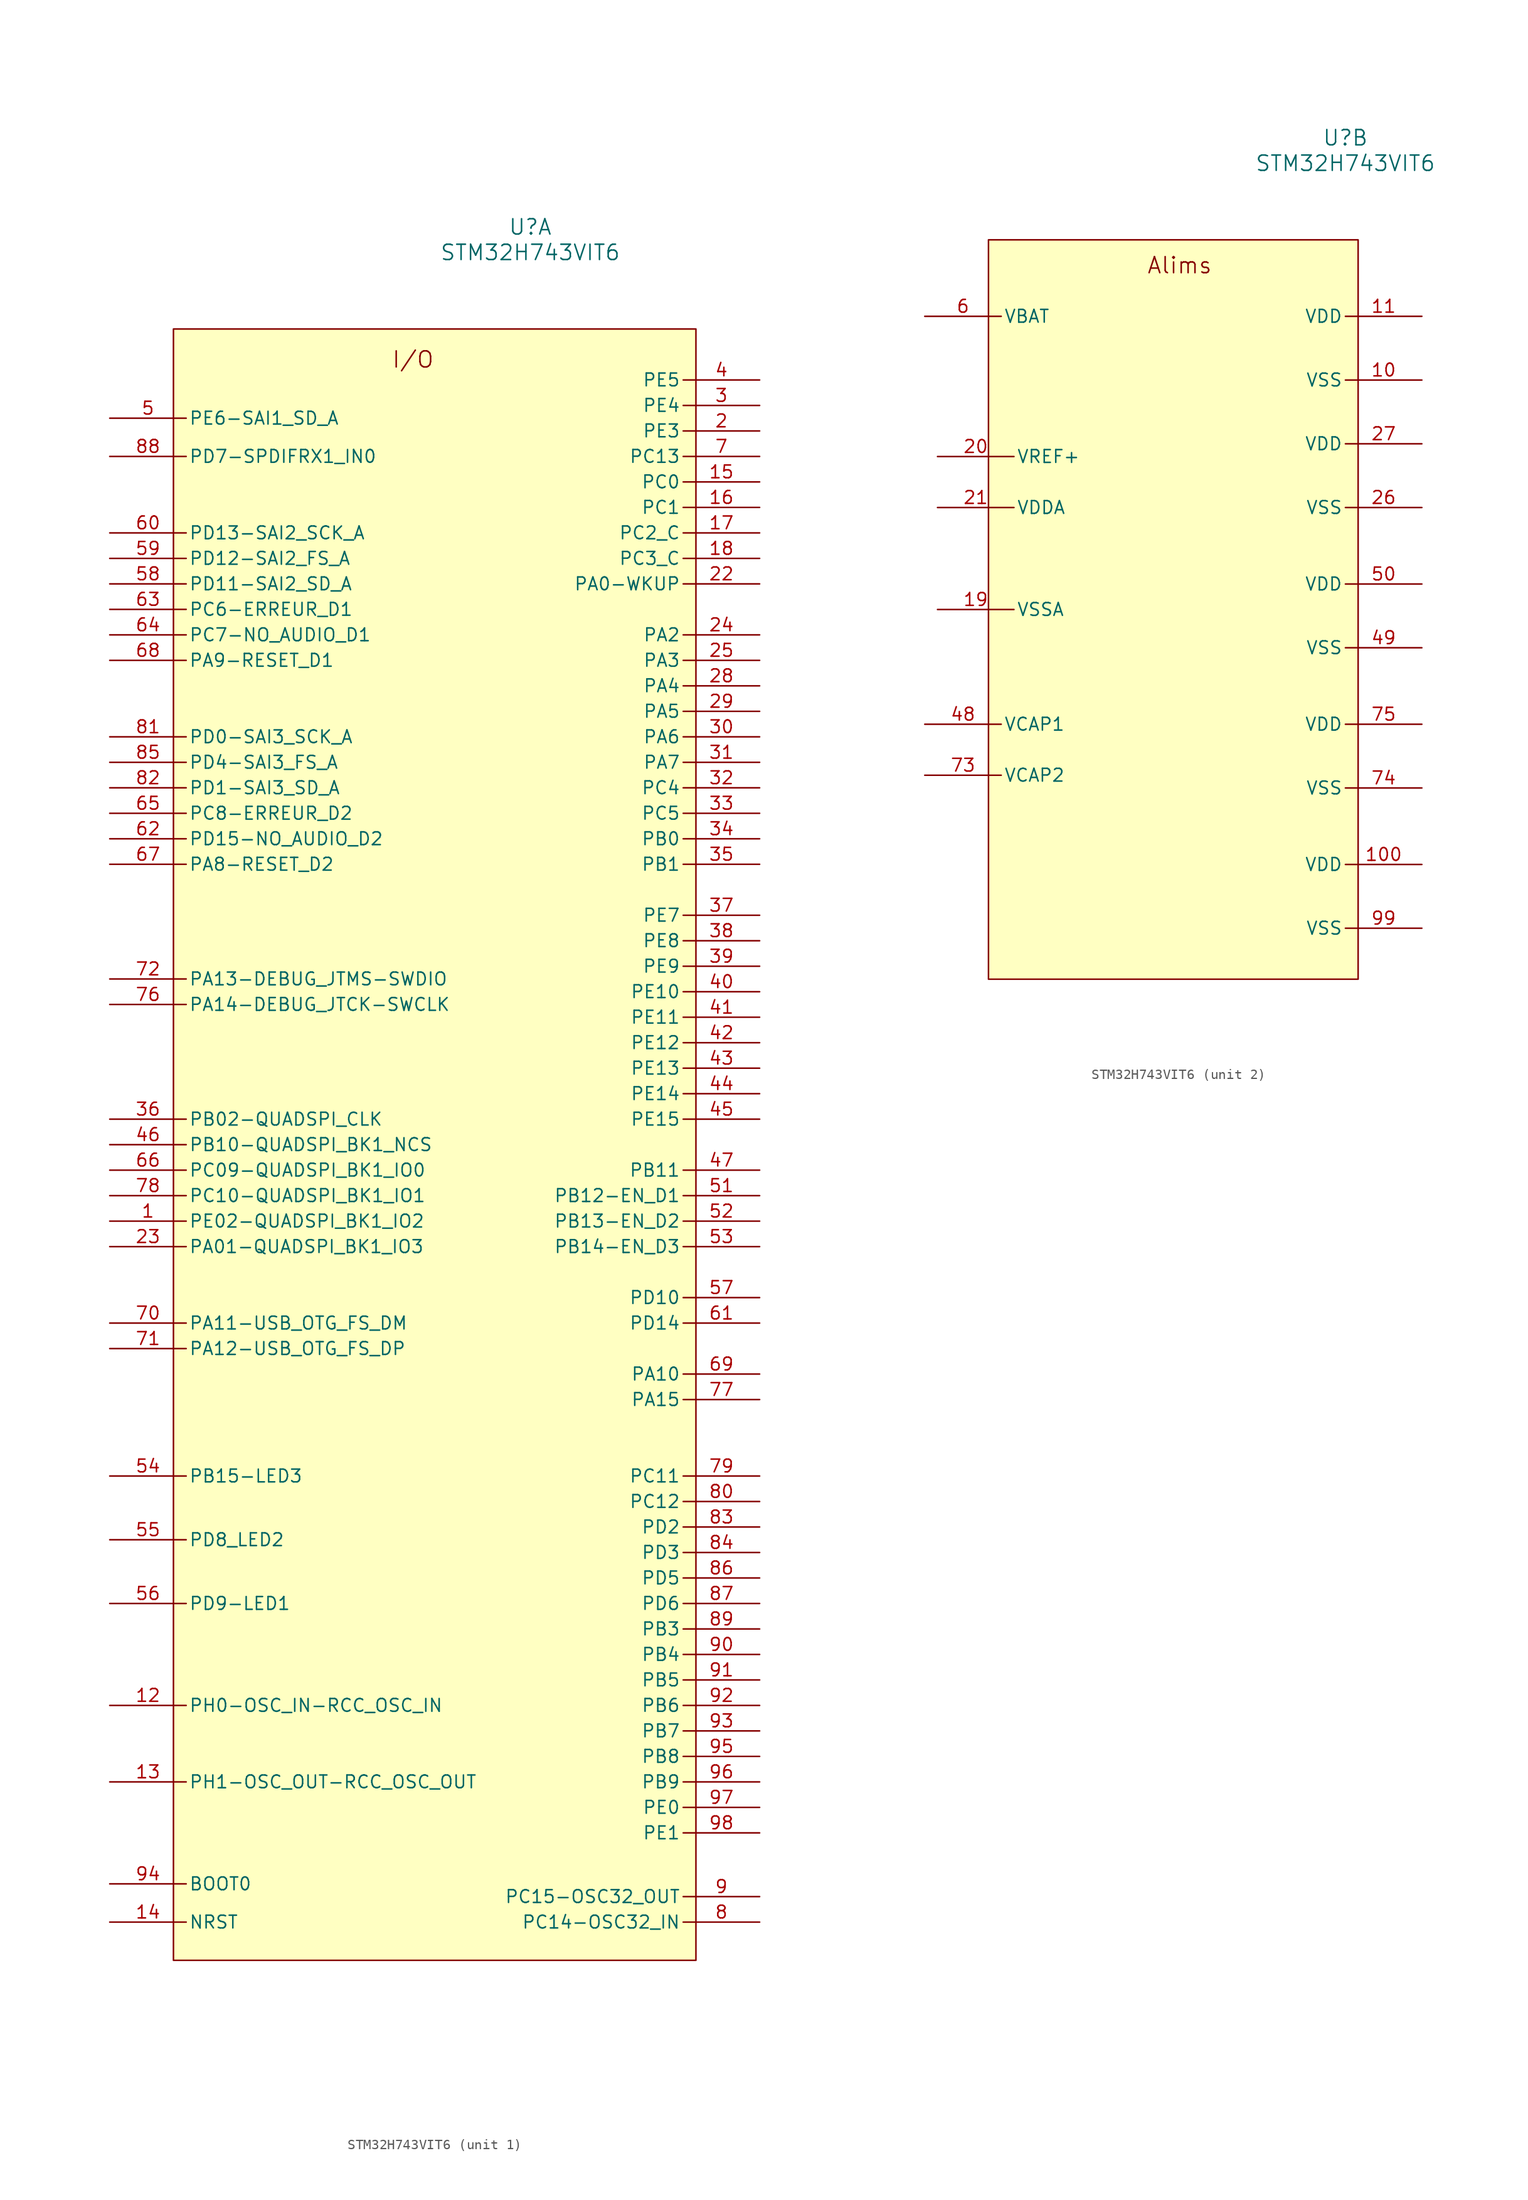
<source format=kicad_sym>
(kicad_symbol_lib
  (version 20231120)
  (generator "kicad_symbol_editor")
  (generator_version "8.0")
  (symbol "STM32H743VIT6"
    (pin_names
      (offset 0.254))
    (property "Reference" "U"
      (at 40.64 10.16 0)
      (effects (font (size 1.524 1.524))))
    (property "Value" "STM32H743VIT6"
      (at 40.64 7.62 0)
      (effects (font (size 1.524 1.524))))
    (property "ki_locked" ""
      (at 0 0 0)
      (effects (font (size 1.27 1.27))))
    (symbol "STM32H743VIT6_1_1"
      (rectangle (start 5.08 0) (end 57.15 -162.56) (stroke (width 0) (type default)) (fill (type background)))
      (text "I/O" (at 28.956 -3.048 0) (effects (font (face "KiCad Font") (size 1.6 1.6))))
      (pin bidirectional line (at -1.27 -88.9 0) (length 7.62) (name "PE02-QUADSPI_BK1_IO2" (effects (font (size 1.27 1.27)))) (number "1" (effects (font (size 1.27 1.27)))))
      (pin input line (at -1.27 -137.16 0) (length 7.62) (name "PH0-OSC_IN-RCC_OSC_IN" (effects (font (size 1.27 1.27)))) (number "12" (effects (font (size 1.27 1.27)))))
      (pin output line (at -1.27 -144.78 0) (length 7.62) (name "PH1-OSC_OUT-RCC_OSC_OUT" (effects (font (size 1.27 1.27)))) (number "13" (effects (font (size 1.27 1.27)))))
      (pin input line (at -1.27 -158.75 0) (length 7.62) (name "NRST" (effects (font (size 1.27 1.27)))) (number "14" (effects (font (size 1.27 1.27)))))
      (pin bidirectional line (at 63.5 -15.24 180) (length 7.62) (name "PC0" (effects (font (size 1.27 1.27)))) (number "15" (effects (font (size 1.27 1.27)))))
      (pin bidirectional line (at 63.5 -17.78 180) (length 7.62) (name "PC1" (effects (font (size 1.27 1.27)))) (number "16" (effects (font (size 1.27 1.27)))))
      (pin bidirectional line (at 63.5 -20.32 180) (length 7.62) (name "PC2_C" (effects (font (size 1.27 1.27)))) (number "17" (effects (font (size 1.27 1.27)))))
      (pin bidirectional line (at 63.5 -22.86 180) (length 7.62) (name "PC3_C" (effects (font (size 1.27 1.27)))) (number "18" (effects (font (size 1.27 1.27)))))
      (pin bidirectional line (at 63.5 -10.16 180) (length 7.62) (name "PE3" (effects (font (size 1.27 1.27)))) (number "2" (effects (font (size 1.27 1.27)))))
      (pin bidirectional line (at 63.5 -25.4 180) (length 7.62) (name "PA0-WKUP" (effects (font (size 1.27 1.27)))) (number "22" (effects (font (size 1.27 1.27)))))
      (pin bidirectional line (at -1.27 -91.44 0) (length 7.62) (name "PA01-QUADSPI_BK1_IO3" (effects (font (size 1.27 1.27)))) (number "23" (effects (font (size 1.27 1.27)))))
      (pin bidirectional line (at 63.5 -30.48 180) (length 7.62) (name "PA2" (effects (font (size 1.27 1.27)))) (number "24" (effects (font (size 1.27 1.27)))))
      (pin bidirectional line (at 63.5 -33.02 180) (length 7.62) (name "PA3" (effects (font (size 1.27 1.27)))) (number "25" (effects (font (size 1.27 1.27)))))
      (pin bidirectional line (at 63.5 -35.56 180) (length 7.62) (name "PA4" (effects (font (size 1.27 1.27)))) (number "28" (effects (font (size 1.27 1.27)))))
      (pin bidirectional line (at 63.5 -38.1 180) (length 7.62) (name "PA5" (effects (font (size 1.27 1.27)))) (number "29" (effects (font (size 1.27 1.27)))))
      (pin bidirectional line (at 63.5 -7.62 180) (length 7.62) (name "PE4" (effects (font (size 1.27 1.27)))) (number "3" (effects (font (size 1.27 1.27)))))
      (pin bidirectional line (at 63.5 -40.64 180) (length 7.62) (name "PA6" (effects (font (size 1.27 1.27)))) (number "30" (effects (font (size 1.27 1.27)))))
      (pin bidirectional line (at 63.5 -43.18 180) (length 7.62) (name "PA7" (effects (font (size 1.27 1.27)))) (number "31" (effects (font (size 1.27 1.27)))))
      (pin bidirectional line (at 63.5 -45.72 180) (length 7.62) (name "PC4" (effects (font (size 1.27 1.27)))) (number "32" (effects (font (size 1.27 1.27)))))
      (pin bidirectional line (at 63.5 -48.26 180) (length 7.62) (name "PC5" (effects (font (size 1.27 1.27)))) (number "33" (effects (font (size 1.27 1.27)))))
      (pin bidirectional line (at 63.5 -50.8 180) (length 7.62) (name "PB0" (effects (font (size 1.27 1.27)))) (number "34" (effects (font (size 1.27 1.27)))))
      (pin bidirectional line (at 63.5 -53.34 180) (length 7.62) (name "PB1" (effects (font (size 1.27 1.27)))) (number "35" (effects (font (size 1.27 1.27)))))
      (pin output line (at -1.27 -78.74 0) (length 7.62) (name "PB02-QUADSPI_CLK" (effects (font (size 1.27 1.27)))) (number "36" (effects (font (size 1.27 1.27)))))
      (pin bidirectional line (at 63.5 -58.42 180) (length 7.62) (name "PE7" (effects (font (size 1.27 1.27)))) (number "37" (effects (font (size 1.27 1.27)))))
      (pin bidirectional line (at 63.5 -60.96 180) (length 7.62) (name "PE8" (effects (font (size 1.27 1.27)))) (number "38" (effects (font (size 1.27 1.27)))))
      (pin bidirectional line (at 63.5 -63.5 180) (length 7.62) (name "PE9" (effects (font (size 1.27 1.27)))) (number "39" (effects (font (size 1.27 1.27)))))
      (pin bidirectional line (at 63.5 -5.08 180) (length 7.62) (name "PE5" (effects (font (size 1.27 1.27)))) (number "4" (effects (font (size 1.27 1.27)))))
      (pin bidirectional line (at 63.5 -66.04 180) (length 7.62) (name "PE10" (effects (font (size 1.27 1.27)))) (number "40" (effects (font (size 1.27 1.27)))))
      (pin bidirectional line (at 63.5 -68.58 180) (length 7.62) (name "PE11" (effects (font (size 1.27 1.27)))) (number "41" (effects (font (size 1.27 1.27)))))
      (pin bidirectional line (at 63.5 -71.12 180) (length 7.62) (name "PE12" (effects (font (size 1.27 1.27)))) (number "42" (effects (font (size 1.27 1.27)))))
      (pin bidirectional line (at 63.5 -73.66 180) (length 7.62) (name "PE13" (effects (font (size 1.27 1.27)))) (number "43" (effects (font (size 1.27 1.27)))))
      (pin bidirectional line (at 63.5 -76.2 180) (length 7.62) (name "PE14" (effects (font (size 1.27 1.27)))) (number "44" (effects (font (size 1.27 1.27)))))
      (pin bidirectional line (at 63.5 -78.74 180) (length 7.62) (name "PE15" (effects (font (size 1.27 1.27)))) (number "45" (effects (font (size 1.27 1.27)))))
      (pin output line (at -1.27 -81.28 0) (length 7.62) (name "PB10-QUADSPI_BK1_NCS" (effects (font (size 1.27 1.27)))) (number "46" (effects (font (size 1.27 1.27)))))
      (pin bidirectional line (at 63.5 -83.82 180) (length 7.62) (name "PB11" (effects (font (size 1.27 1.27)))) (number "47" (effects (font (size 1.27 1.27)))))
      (pin output line (at -1.27 -8.89 0) (length 7.62) (name "PE6-SAI1_SD_A" (effects (font (size 1.27 1.27)))) (number "5" (effects (font (size 1.27 1.27)))))
      (pin bidirectional line (at 63.5 -86.36 180) (length 7.62) (name "PB12-EN_D1" (effects (font (size 1.27 1.27)))) (number "51" (effects (font (size 1.27 1.27)))))
      (pin bidirectional line (at 63.5 -88.9 180) (length 7.62) (name "PB13-EN_D2" (effects (font (size 1.27 1.27)))) (number "52" (effects (font (size 1.27 1.27)))))
      (pin bidirectional line (at 63.5 -91.44 180) (length 7.62) (name "PB14-EN_D3" (effects (font (size 1.27 1.27)))) (number "53" (effects (font (size 1.27 1.27)))))
      (pin bidirectional line (at -1.27 -114.3 0) (length 7.62) (name "PB15-LED3" (effects (font (size 1.27 1.27)))) (number "54" (effects (font (size 1.27 1.27)))))
      (pin bidirectional line (at -1.27 -120.65 0) (length 7.62) (name "PD8_LED2" (effects (font (size 1.27 1.27)))) (number "55" (effects (font (size 1.27 1.27)))))
      (pin bidirectional line (at -1.27 -127 0) (length 7.62) (name "PD9-LED1" (effects (font (size 1.27 1.27)))) (number "56" (effects (font (size 1.27 1.27)))))
      (pin bidirectional line (at 63.5 -96.52 180) (length 7.62) (name "PD10" (effects (font (size 1.27 1.27)))) (number "57" (effects (font (size 1.27 1.27)))))
      (pin input line (at -1.27 -25.4 0) (length 7.62) (name "PD11-SAI2_SD_A" (effects (font (size 1.27 1.27)))) (number "58" (effects (font (size 1.27 1.27)))))
      (pin input line (at -1.27 -22.86 0) (length 7.62) (name "PD12-SAI2_FS_A" (effects (font (size 1.27 1.27)))) (number "59" (effects (font (size 1.27 1.27)))))
      (pin input line (at -1.27 -20.32 0) (length 7.62) (name "PD13-SAI2_SCK_A" (effects (font (size 1.27 1.27)))) (number "60" (effects (font (size 1.27 1.27)))))
      (pin bidirectional line (at 63.5 -99.06 180) (length 7.62) (name "PD14" (effects (font (size 1.27 1.27)))) (number "61" (effects (font (size 1.27 1.27)))))
      (pin bidirectional line (at -1.27 -50.8 0) (length 7.62) (name "PD15-NO_AUDIO_D2" (effects (font (size 1.27 1.27)))) (number "62" (effects (font (size 1.27 1.27)))))
      (pin input line (at -1.27 -27.94 0) (length 7.62) (name "PC6-ERREUR_D1" (effects (font (size 1.27 1.27)))) (number "63" (effects (font (size 1.27 1.27)))))
      (pin input line (at -1.27 -30.48 0) (length 7.62) (name "PC7-NO_AUDIO_D1" (effects (font (size 1.27 1.27)))) (number "64" (effects (font (size 1.27 1.27)))))
      (pin input line (at -1.27 -48.26 0) (length 7.62) (name "PC8-ERREUR_D2" (effects (font (size 1.27 1.27)))) (number "65" (effects (font (size 1.27 1.27)))))
      (pin input line (at -1.27 -83.82 0) (length 7.62) (name "PC09-QUADSPI_BK1_IO0" (effects (font (size 1.27 1.27)))) (number "66" (effects (font (size 1.27 1.27)))))
      (pin output line (at -1.27 -53.34 0) (length 7.62) (name "PA8-RESET_D2" (effects (font (size 1.27 1.27)))) (number "67" (effects (font (size 1.27 1.27)))))
      (pin output line (at -1.27 -33.02 0) (length 7.62) (name "PA9-RESET_D1" (effects (font (size 1.27 1.27)))) (number "68" (effects (font (size 1.27 1.27)))))
      (pin output line (at 63.5 -104.14 180) (length 7.62) (name "PA10" (effects (font (size 1.27 1.27)))) (number "69" (effects (font (size 1.27 1.27)))))
      (pin bidirectional line (at 63.5 -12.7 180) (length 7.62) (name "PC13" (effects (font (size 1.27 1.27)))) (number "7" (effects (font (size 1.27 1.27)))))
      (pin output line (at -1.27 -99.06 0) (length 7.62) (name "PA11-USB_OTG_FS_DM" (effects (font (size 1.27 1.27)))) (number "70" (effects (font (size 1.27 1.27)))))
      (pin output line (at -1.27 -101.6 0) (length 7.62) (name "PA12-USB_OTG_FS_DP" (effects (font (size 1.27 1.27)))) (number "71" (effects (font (size 1.27 1.27)))))
      (pin unspecified line (at -1.27 -64.77 0) (length 7.62) (name "PA13-DEBUG_JTMS-SWDIO" (effects (font (size 1.27 1.27)))) (number "72" (effects (font (size 1.27 1.27)))))
      (pin unspecified line (at -1.27 -67.31 0) (length 7.62) (name "PA14-DEBUG_JTCK-SWCLK" (effects (font (size 1.27 1.27)))) (number "76" (effects (font (size 1.27 1.27)))))
      (pin bidirectional line (at 63.5 -106.68 180) (length 7.62) (name "PA15" (effects (font (size 1.27 1.27)))) (number "77" (effects (font (size 1.27 1.27)))))
      (pin bidirectional line (at -1.27 -86.36 0) (length 7.62) (name "PC10-QUADSPI_BK1_IO1" (effects (font (size 1.27 1.27)))) (number "78" (effects (font (size 1.27 1.27)))))
      (pin bidirectional line (at 63.5 -114.3 180) (length 7.62) (name "PC11" (effects (font (size 1.27 1.27)))) (number "79" (effects (font (size 1.27 1.27)))))
      (pin input line (at 63.5 -158.75 180) (length 7.62) (name "PC14-OSC32_IN" (effects (font (size 1.27 1.27)))) (number "8" (effects (font (size 1.27 1.27)))))
      (pin bidirectional line (at 63.5 -116.84 180) (length 7.62) (name "PC12" (effects (font (size 1.27 1.27)))) (number "80" (effects (font (size 1.27 1.27)))))
      (pin input line (at -1.27 -40.64 0) (length 7.62) (name "PD0-SAI3_SCK_A" (effects (font (size 1.27 1.27)))) (number "81" (effects (font (size 1.27 1.27)))))
      (pin input line (at -1.27 -45.72 0) (length 7.62) (name "PD1-SAI3_SD_A" (effects (font (size 1.27 1.27)))) (number "82" (effects (font (size 1.27 1.27)))))
      (pin bidirectional line (at 63.5 -119.38 180) (length 7.62) (name "PD2" (effects (font (size 1.27 1.27)))) (number "83" (effects (font (size 1.27 1.27)))))
      (pin bidirectional line (at 63.5 -121.92 180) (length 7.62) (name "PD3" (effects (font (size 1.27 1.27)))) (number "84" (effects (font (size 1.27 1.27)))))
      (pin input line (at -1.27 -43.18 0) (length 7.62) (name "PD4-SAI3_FS_A" (effects (font (size 1.27 1.27)))) (number "85" (effects (font (size 1.27 1.27)))))
      (pin bidirectional line (at 63.5 -124.46 180) (length 7.62) (name "PD5" (effects (font (size 1.27 1.27)))) (number "86" (effects (font (size 1.27 1.27)))))
      (pin bidirectional line (at 63.5 -127 180) (length 7.62) (name "PD6" (effects (font (size 1.27 1.27)))) (number "87" (effects (font (size 1.27 1.27)))))
      (pin bidirectional line (at -1.27 -12.7 0) (length 7.62) (name "PD7-SPDIFRX1_IN0" (effects (font (size 1.27 1.27)))) (number "88" (effects (font (size 1.27 1.27)))))
      (pin bidirectional line (at 63.5 -129.54 180) (length 7.62) (name "PB3" (effects (font (size 1.27 1.27)))) (number "89" (effects (font (size 1.27 1.27)))))
      (pin output line (at 63.5 -156.21 180) (length 7.62) (name "PC15-OSC32_OUT" (effects (font (size 1.27 1.27)))) (number "9" (effects (font (size 1.27 1.27)))))
      (pin bidirectional line (at 63.5 -132.08 180) (length 7.62) (name "PB4" (effects (font (size 1.27 1.27)))) (number "90" (effects (font (size 1.27 1.27)))))
      (pin bidirectional line (at 63.5 -134.62 180) (length 7.62) (name "PB5" (effects (font (size 1.27 1.27)))) (number "91" (effects (font (size 1.27 1.27)))))
      (pin bidirectional line (at 63.5 -137.16 180) (length 7.62) (name "PB6" (effects (font (size 1.27 1.27)))) (number "92" (effects (font (size 1.27 1.27)))))
      (pin bidirectional line (at 63.5 -139.7 180) (length 7.62) (name "PB7" (effects (font (size 1.27 1.27)))) (number "93" (effects (font (size 1.27 1.27)))))
      (pin input line (at -1.27 -154.94 0) (length 7.62) (name "BOOT0" (effects (font (size 1.27 1.27)))) (number "94" (effects (font (size 1.27 1.27)))))
      (pin bidirectional line (at 63.5 -142.24 180) (length 7.62) (name "PB8" (effects (font (size 1.27 1.27)))) (number "95" (effects (font (size 1.27 1.27)))))
      (pin bidirectional line (at 63.5 -144.78 180) (length 7.62) (name "PB9" (effects (font (size 1.27 1.27)))) (number "96" (effects (font (size 1.27 1.27)))))
      (pin bidirectional line (at 63.5 -147.32 180) (length 7.62) (name "PE0" (effects (font (size 1.27 1.27)))) (number "97" (effects (font (size 1.27 1.27)))))
      (pin bidirectional line (at 63.5 -149.86 180) (length 7.62) (name "PE1" (effects (font (size 1.27 1.27)))) (number "98" (effects (font (size 1.27 1.27))))))
    (symbol "STM32H743VIT6_2_1"
      (rectangle (start 5.08 0) (end 41.91 -73.66) (stroke (width 0) (type default)) (fill (type background)))
      (text "Alims" (at 24.13 -2.54 0) (effects (font (size 1.6 1.6))))
      (pin power_in line (at 48.26 -13.97 180) (length 7.62) (name "VSS" (effects (font (size 1.27 1.27)))) (number "10" (effects (font (size 1.27 1.27)))))
      (pin power_in line (at 48.26 -62.23 180) (length 7.62) (name "VDD" (effects (font (size 1.27 1.27)))) (number "100" (effects (font (size 1.27 1.27)))))
      (pin power_in line (at 48.26 -7.62 180) (length 7.62) (name "VDD" (effects (font (size 1.27 1.27)))) (number "11" (effects (font (size 1.27 1.27)))))
      (pin power_in line (at 0 -36.83 0) (length 7.62) (name "VSSA" (effects (font (size 1.27 1.27)))) (number "19" (effects (font (size 1.27 1.27)))))
      (pin power_in line (at 0 -21.59 0) (length 7.62) (name "VREF+" (effects (font (size 1.27 1.27)))) (number "20" (effects (font (size 1.27 1.27)))))
      (pin power_in line (at 0 -26.67 0) (length 7.62) (name "VDDA" (effects (font (size 1.27 1.27)))) (number "21" (effects (font (size 1.27 1.27)))))
      (pin power_in line (at 48.26 -26.67 180) (length 7.62) (name "VSS" (effects (font (size 1.27 1.27)))) (number "26" (effects (font (size 1.27 1.27)))))
      (pin power_in line (at 48.26 -20.32 180) (length 7.62) (name "VDD" (effects (font (size 1.27 1.27)))) (number "27" (effects (font (size 1.27 1.27)))))
      (pin power_in line (at -1.27 -48.26 0) (length 7.62) (name "VCAP1" (effects (font (size 1.27 1.27)))) (number "48" (effects (font (size 1.27 1.27)))))
      (pin power_in line (at 48.26 -40.64 180) (length 7.62) (name "VSS" (effects (font (size 1.27 1.27)))) (number "49" (effects (font (size 1.27 1.27)))))
      (pin power_in line (at 48.26 -34.29 180) (length 7.62) (name "VDD" (effects (font (size 1.27 1.27)))) (number "50" (effects (font (size 1.27 1.27)))))
      (pin power_in line (at -1.27 -7.62 0) (length 7.62) (name "VBAT" (effects (font (size 1.27 1.27)))) (number "6" (effects (font (size 1.27 1.27)))))
      (pin power_in line (at -1.27 -53.34 0) (length 7.62) (name "VCAP2" (effects (font (size 1.27 1.27)))) (number "73" (effects (font (size 1.27 1.27)))))
      (pin power_in line (at 48.26 -54.61 180) (length 7.62) (name "VSS" (effects (font (size 1.27 1.27)))) (number "74" (effects (font (size 1.27 1.27)))))
      (pin power_in line (at 48.26 -48.26 180) (length 7.62) (name "VDD" (effects (font (size 1.27 1.27)))) (number "75" (effects (font (size 1.27 1.27)))))
      (pin power_in line (at 48.26 -68.58 180) (length 7.62) (name "VSS" (effects (font (size 1.27 1.27)))) (number "99" (effects (font (size 1.27 1.27))))))))
</source>
